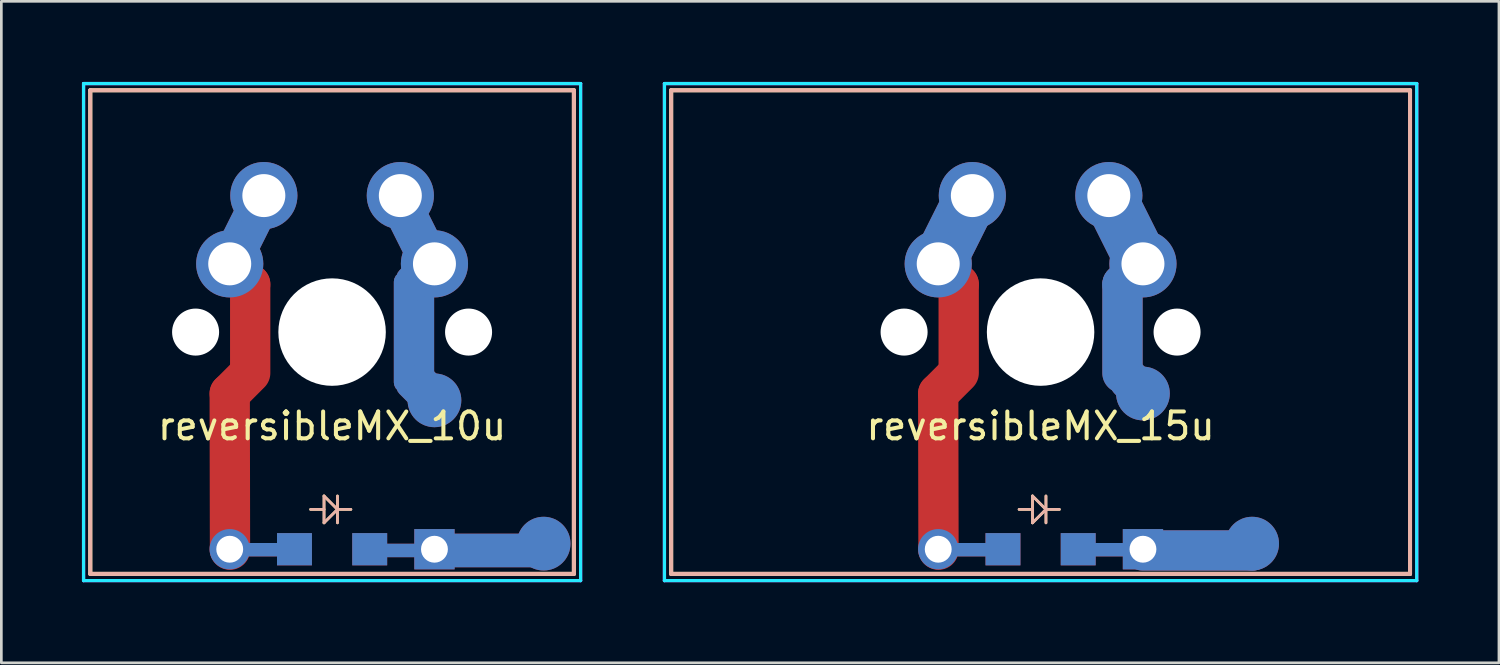
<source format=kicad_pcb>
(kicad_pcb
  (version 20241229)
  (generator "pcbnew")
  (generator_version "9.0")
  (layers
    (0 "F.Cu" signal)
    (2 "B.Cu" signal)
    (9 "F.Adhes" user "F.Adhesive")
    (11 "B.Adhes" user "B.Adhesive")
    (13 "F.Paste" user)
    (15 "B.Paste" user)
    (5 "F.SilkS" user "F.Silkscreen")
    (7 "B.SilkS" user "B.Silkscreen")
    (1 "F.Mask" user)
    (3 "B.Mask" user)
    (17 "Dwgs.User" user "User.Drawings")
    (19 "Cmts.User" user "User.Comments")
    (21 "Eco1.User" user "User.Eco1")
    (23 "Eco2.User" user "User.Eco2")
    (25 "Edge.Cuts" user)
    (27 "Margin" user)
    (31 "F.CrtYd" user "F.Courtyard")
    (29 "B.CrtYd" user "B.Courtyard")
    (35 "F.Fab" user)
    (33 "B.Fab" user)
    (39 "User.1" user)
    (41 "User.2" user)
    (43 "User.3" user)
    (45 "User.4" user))
  (footprint "reversibleMX_10u"
    (layer "F.Cu")
    (at 9.31 9.31)
    (property "Reference" "reversibleMX_10u" (at 0 3.5 0) (layer "F.SilkS") (effects (font (size 1 1) (thickness 0.15))))
    (attr through_hole)
    (fp_line (start -3.81 -2.54) (end -3.048 -1.778) (stroke (width 1.5) (type solid)) (layer "F.Cu"))
    (fp_line (start -3.8 8.1) (end -3.81 2.286) (stroke (width 1.5) (type solid)) (layer "F.Cu"))
    (fp_line (start -3.8 8.1) (end -1.3 8.1) (stroke (width 0.5) (type solid)) (layer "F.Cu"))
    (fp_line (start -3.175 1.651) (end -3.81 2.286) (stroke (width 1.5) (type solid)) (layer "F.Cu"))
    (fp_line (start -3.048 -1.778) (end -3.048 1.524) (stroke (width 1.5) (type solid)) (layer "F.Cu"))
    (fp_line (start -2.54 -5.08) (end -3.81 -2.54) (stroke (width 1.5) (type solid)) (layer "F.Cu"))
    (fp_line (start -3.8 8.1) (end -1.3 8.1) (stroke (width 0.5) (type solid)) (layer "B.Cu"))
    (fp_line (start -2.54 -5.08) (end -3.81 -2.54) (stroke (width 1.5) (type solid)) (layer "B.Cu"))
    (fp_line (start -9 -9) (end 9 -9) (stroke (width 0.15) (type solid)) (layer "F.SilkS"))
    (fp_line (start -9 9) (end -9 -9) (stroke (width 0.15) (type solid)) (layer "F.SilkS"))
    (fp_line (start -0.3 6.1) (end 0.2 6.6) (stroke (width 0.1) (type solid)) (layer "F.SilkS"))
    (fp_line (start -0.3 6.6) (end -0.8 6.6) (stroke (width 0.1) (type solid)) (layer "F.SilkS"))
    (fp_line (start -0.3 7.1) (end -0.3 6.1) (stroke (width 0.1) (type solid)) (layer "F.SilkS"))
    (fp_line (start 0.2 6.1) (end 0.2 7.1) (stroke (width 0.1) (type solid)) (layer "F.SilkS"))
    (fp_line (start 0.2 6.6) (end -0.3 7.1) (stroke (width 0.1) (type solid)) (layer "F.SilkS"))
    (fp_line (start 0.2 6.6) (end 0.7 6.6) (stroke (width 0.1) (type solid)) (layer "F.SilkS"))
    (fp_line (start 9 -9) (end 9 9) (stroke (width 0.15) (type solid)) (layer "F.SilkS"))
    (fp_line (start 9 9) (end -9 9) (stroke (width 0.15) (type solid)) (layer "F.SilkS"))
    (fp_line (start -9 -9) (end 9 -9) (stroke (width 0.15) (type solid)) (layer "B.SilkS"))
    (fp_line (start -9 9) (end -9 -9) (stroke (width 0.15) (type solid)) (layer "B.SilkS"))
    (fp_line (start -0.3 6.1) (end 0.2 6.6) (stroke (width 0.1) (type solid)) (layer "B.SilkS"))
    (fp_line (start -0.3 6.6) (end -0.8 6.6) (stroke (width 0.1) (type solid)) (layer "B.SilkS"))
    (fp_line (start -0.3 7.1) (end -0.3 6.1) (stroke (width 0.1) (type solid)) (layer "B.SilkS"))
    (fp_line (start 0.2 6.1) (end 0.2 7.1) (stroke (width 0.1) (type solid)) (layer "B.SilkS"))
    (fp_line (start 0.2 6.6) (end -0.3 7.1) (stroke (width 0.1) (type solid)) (layer "B.SilkS"))
    (fp_line (start 0.2 6.6) (end 0.7 6.6) (stroke (width 0.1) (type solid)) (layer "B.SilkS"))
    (fp_line (start 9 -9) (end 9 9) (stroke (width 0.15) (type solid)) (layer "B.SilkS"))
    (fp_line (start 9 9) (end -9 9) (stroke (width 0.15) (type solid)) (layer "B.SilkS"))
    (fp_line (start -8 -6) (end -8 -3) (stroke (width 0.15) (type solid)) (layer "Eco1.User"))
    (fp_line (start -8 -6) (end -7 -6) (stroke (width 0.15) (type solid)) (layer "Eco1.User"))
    (fp_line (start -8 -3) (end -7 -3) (stroke (width 0.15) (type solid)) (layer "Eco1.User"))
    (fp_line (start -8 3) (end -7 3) (stroke (width 0.15) (type solid)) (layer "Eco1.User"))
    (fp_line (start -8 6) (end -8 3) (stroke (width 0.15) (type solid)) (layer "Eco1.User"))
    (fp_line (start -8 6) (end -7 6) (stroke (width 0.15) (type solid)) (layer "Eco1.User"))
    (fp_line (start -7 -7) (end -7 -6) (stroke (width 0.15) (type solid)) (layer "Eco1.User"))
    (fp_line (start -7 -7) (end 7 -7) (stroke (width 0.15) (type solid)) (layer "Eco1.User"))
    (fp_line (start -7 -3) (end -7 3) (stroke (width 0.15) (type solid)) (layer "Eco1.User"))
    (fp_line (start -7 7) (end -7 6) (stroke (width 0.15) (type solid)) (layer "Eco1.User"))
    (fp_line (start 7 -7) (end 7 -6) (stroke (width 0.15) (type solid)) (layer "Eco1.User"))
    (fp_line (start 7 -6) (end 8 -6) (stroke (width 0.15) (type solid)) (layer "Eco1.User"))
    (fp_line (start 7 -3) (end 7 3) (stroke (width 0.15) (type solid)) (layer "Eco1.User"))
    (fp_line (start 7 -3) (end 8 -3) (stroke (width 0.15) (type solid)) (layer "Eco1.User"))
    (fp_line (start 7 3) (end 8 3) (stroke (width 0.15) (type solid)) (layer "Eco1.User"))
    (fp_line (start 7 6) (end 8 6) (stroke (width 0.15) (type solid)) (layer "Eco1.User"))
    (fp_line (start 7 7) (end -7 7) (stroke (width 0.15) (type solid)) (layer "Eco1.User"))
    (fp_line (start 7 7) (end 7 6) (stroke (width 0.15) (type solid)) (layer "Eco1.User"))
    (fp_line (start 8 -6) (end 8 -3) (stroke (width 0.15) (type solid)) (layer "Eco1.User"))
    (fp_line (start 8 6) (end 8 3) (stroke (width 0.15) (type solid)) (layer "Eco1.User"))
    (fp_line (start -9.25 -9.25) (end -9.25 9.25) (stroke (width 0.12) (type solid)) (layer "B.CrtYd"))
    (fp_line (start -9.25 9.25) (end 9.25 9.25) (stroke (width 0.12) (type solid)) (layer "B.CrtYd"))
    (fp_line (start 9.25 -9.25) (end -9.25 -9.25) (stroke (width 0.12) (type solid)) (layer "B.CrtYd"))
    (fp_line (start 9.25 9.25) (end 9.25 -9.25) (stroke (width 0.12) (type solid)) (layer "B.CrtYd"))
    (fp_line (start -9.25 -9.25) (end -9.25 9.25) (stroke (width 0.12) (type solid)) (layer "F.CrtYd"))
    (fp_line (start -9.25 9.25) (end 9.25 9.25) (stroke (width 0.12) (type solid)) (layer "F.CrtYd"))
    (fp_line (start 9.25 -9.25) (end -9.25 -9.25) (stroke (width 0.12) (type solid)) (layer "F.CrtYd"))
    (fp_line (start 9.25 9.25) (end 9.25 -9.25) (stroke (width 0.12) (type solid)) (layer "F.CrtYd"))
    (pad "" np_thru_hole circle (at -5.08 0) (size 1.75 1.75) (drill 1.75) (layers "*.Cu"))
    (pad "" thru_hole circle (at -3.81 -2.54) (size 2.5 2.5) (drill 1.6) (layers "*.Cu" "*.Mask"))
    (pad "" thru_hole circle (at -3.81 8.082) (size 1.5 1.5) (drill 1) (layers "*.Cu" "*.Mask"))
    (pad "" thru_hole circle (at -2.54 -5.08) (size 2.5 2.5) (drill 1.6) (layers "*.Cu" "*.Mask"))
    (pad "" smd rect (at -1.4 8.082) (size 1.3 1.2) (layers "*.Cu" "*.Paste" "*.Mask"))
    (pad "" np_thru_hole circle (at 0 0) (size 4 4) (drill 4) (layers "*.Cu"))
    (pad "" smd rect (at 1.4 8.082) (size 1.3 1.2) (layers "*.Cu" "*.Paste" "*.Mask"))
    (pad "" np_thru_hole circle (at 5.08 0) (size 1.75 1.75) (drill 1.75) (layers "*.Cu"))
    (pad "1" thru_hole circle (at 2.54 -5.08) (size 2.5 2.5) (drill 1.6) (layers "*.Cu" "*.Mask"))
    (pad "1" smd roundrect (at 3.048 -3.81 296.6) (size 2.5 1.5) (layers "F.Cu") (roundrect_rratio 0.25))
    (pad "1" smd roundrect (at 3.048 -3.81 296.6) (size 2.5 1.5) (layers "B.Cu") (roundrect_rratio 0.25))
    (pad "1" smd roundrect (at 3.048 0 90) (size 4.5 1.5) (layers "F.Cu") (roundrect_rratio 0.25))
    (pad "1" smd roundrect (at 3.048 0 90) (size 4.5 1.5) (layers "B.Cu") (roundrect_rratio 0.25))
    (pad "1" smd roundrect (at 3.302 -2.032 315) (size 1.5 1.5) (layers "F.Cu") (roundrect_rratio 0.25))
    (pad "1" smd roundrect (at 3.302 -2.032 315) (size 1.5 1.5) (layers "B.Cu") (roundrect_rratio 0.25))
    (pad "1" smd roundrect (at 3.302 2.032 315) (size 1.5 1.5) (layers "F.Cu") (roundrect_rratio 0.25))
    (pad "1" smd roundrect (at 3.302 2.032 315) (size 1.5 1.5) (layers "B.Cu") (roundrect_rratio 0.25))
    (pad "1" thru_hole circle (at 3.81 -2.54) (size 2.5 2.5) (drill 1.6) (layers "*.Cu" "*.Mask"))
    (pad "1" smd circle (at 3.81 2.54) (size 2 2) (layers "F.Cu" "F.Mask" "F.Paste"))
    (pad "1" smd circle (at 3.81 2.54) (size 2 2) (layers "F.Mask" "B.Cu" "F.Paste"))
    (pad "2" smd roundrect (at 2.54 8.128) (size 2 0.5) (layers "F.Cu") (roundrect_rratio 0.25))
    (pad "2" smd roundrect (at 2.54 8.128) (size 2 0.5) (layers "B.Cu") (roundrect_rratio 0.25))
    (pad "2" thru_hole rect (at 3.81 8.082) (size 1.5 1.5) (drill 1) (layers "*.Cu" "*.Mask"))
    (pad "2" smd roundrect (at 5.842 8.128) (size 4 1.25) (layers "F.Cu") (roundrect_rratio 0.25))
    (pad "2" smd roundrect (at 5.842 8.128) (size 4 1.25) (layers "B.Cu") (roundrect_rratio 0.25))
    (pad "2" smd circle (at 7.874 7.874) (size 2 2) (layers "F.Cu" "F.Mask" "F.Paste"))
    (pad "2" smd circle (at 7.874 7.874) (size 2 2) (layers "F.Mask" "B.Cu" "F.Paste")))
  (footprint "reversibleMX_15u"
    (layer "F.Cu")
    (at 35.68 9.31)
    (property "Reference" "reversibleMX_15u" (at 0 3.5 0) (layer "F.SilkS") (effects (font (size 1 1) (thickness 0.15))))
    (attr through_hole)
    (fp_line (start -3.81 -2.54) (end -3.048 -1.778) (stroke (width 1.5) (type solid)) (layer "F.Cu"))
    (fp_line (start -3.8 8.1) (end -3.81 2.286) (stroke (width 1.5) (type solid)) (layer "F.Cu"))
    (fp_line (start -3.8 8.1) (end -1.3 8.1) (stroke (width 0.5) (type solid)) (layer "F.Cu"))
    (fp_line (start -3.175 1.651) (end -3.81 2.286) (stroke (width 1.5) (type solid)) (layer "F.Cu"))
    (fp_line (start -3.048 -1.778) (end -3.048 1.524) (stroke (width 1.5) (type solid)) (layer "F.Cu"))
    (fp_line (start -2.54 -5.08) (end -3.81 -2.54) (stroke (width 2) (type solid)) (layer "F.Cu"))
    (fp_line (start 2.54 -5.08) (end 3.81 -2.54) (stroke (width 2) (type solid)) (layer "F.Cu"))
    (fp_line (start 3.048 1.524) (end 3.048 -1.778) (stroke (width 1.5) (type solid)) (layer "F.Cu"))
    (fp_line (start 3.8 8.1) (end 1.3 8.1) (stroke (width 0.5) (type solid)) (layer "F.Cu"))
    (fp_line (start 3.81 -2.54) (end 3.048 -1.778) (stroke (width 1.5) (type solid)) (layer "F.Cu"))
    (fp_line (start 3.81 2.286) (end 3.302 1.778) (stroke (width 1.5) (type solid)) (layer "F.Cu"))
    (fp_line (start 3.81 8.128) (end 7.874 8.128) (stroke (width 1.5) (type solid)) (layer "F.Cu"))
    (fp_line (start -3.8 8.1) (end -1.3 8.1) (stroke (width 0.5) (type solid)) (layer "B.Cu"))
    (fp_line (start -2.54 -5.08) (end -3.81 -2.54) (stroke (width 2) (type solid)) (layer "B.Cu"))
    (fp_line (start 2.54 -5.08) (end 3.81 -2.54) (stroke (width 2) (type solid)) (layer "B.Cu"))
    (fp_line (start 3.048 1.524) (end 3.048 -1.778) (stroke (width 1.5) (type solid)) (layer "B.Cu"))
    (fp_line (start 3.8 8.1) (end 1.3 8.1) (stroke (width 0.5) (type solid)) (layer "B.Cu"))
    (fp_line (start 3.81 -2.54) (end 3.048 -1.778) (stroke (width 1.5) (type solid)) (layer "B.Cu"))
    (fp_line (start 3.81 2.286) (end 3.302 1.778) (stroke (width 1.5) (type solid)) (layer "B.Cu"))
    (fp_line (start 3.81 8.128) (end 7.874 8.128) (stroke (width 1.5) (type solid)) (layer "B.Cu"))
    (fp_line (start -13.75 -9) (end 13.75 -9) (stroke (width 0.15) (type solid)) (layer "F.SilkS"))
    (fp_line (start -13.75 9) (end -13.75 -9) (stroke (width 0.15) (type solid)) (layer "F.SilkS"))
    (fp_line (start -0.3 6.1) (end 0.2 6.6) (stroke (width 0.1) (type solid)) (layer "F.SilkS"))
    (fp_line (start -0.3 6.6) (end -0.8 6.6) (stroke (width 0.1) (type solid)) (layer "F.SilkS"))
    (fp_line (start -0.3 7.1) (end -0.3 6.1) (stroke (width 0.1) (type solid)) (layer "F.SilkS"))
    (fp_line (start 0.2 6.1) (end 0.2 7.1) (stroke (width 0.1) (type solid)) (layer "F.SilkS"))
    (fp_line (start 0.2 6.6) (end -0.3 7.1) (stroke (width 0.1) (type solid)) (layer "F.SilkS"))
    (fp_line (start 0.2 6.6) (end 0.7 6.6) (stroke (width 0.1) (type solid)) (layer "F.SilkS"))
    (fp_line (start 13.75 -9) (end 13.75 9) (stroke (width 0.15) (type solid)) (layer "F.SilkS"))
    (fp_line (start 13.75 9) (end -13.75 9) (stroke (width 0.15) (type solid)) (layer "F.SilkS"))
    (fp_line (start -13.75 -9) (end 13.75 -9) (stroke (width 0.15) (type solid)) (layer "B.SilkS"))
    (fp_line (start -13.75 9) (end -13.75 -9) (stroke (width 0.15) (type solid)) (layer "B.SilkS"))
    (fp_line (start -0.3 6.1) (end 0.2 6.6) (stroke (width 0.1) (type solid)) (layer "B.SilkS"))
    (fp_line (start -0.3 6.6) (end -0.8 6.6) (stroke (width 0.1) (type solid)) (layer "B.SilkS"))
    (fp_line (start -0.3 7.1) (end -0.3 6.1) (stroke (width 0.1) (type solid)) (layer "B.SilkS"))
    (fp_line (start 0.2 6.1) (end 0.2 7.1) (stroke (width 0.1) (type solid)) (layer "B.SilkS"))
    (fp_line (start 0.2 6.6) (end -0.3 7.1) (stroke (width 0.1) (type solid)) (layer "B.SilkS"))
    (fp_line (start 0.2 6.6) (end 0.7 6.6) (stroke (width 0.1) (type solid)) (layer "B.SilkS"))
    (fp_line (start 13.75 -9) (end 13.75 9) (stroke (width 0.15) (type solid)) (layer "B.SilkS"))
    (fp_line (start 13.75 9) (end -13.75 9) (stroke (width 0.15) (type solid)) (layer "B.SilkS"))
    (fp_line (start -8 -6) (end -8 -3) (stroke (width 0.15) (type solid)) (layer "Eco1.User"))
    (fp_line (start -8 -6) (end -7 -6) (stroke (width 0.15) (type solid)) (layer "Eco1.User"))
    (fp_line (start -8 -3) (end -7 -3) (stroke (width 0.15) (type solid)) (layer "Eco1.User"))
    (fp_line (start -8 3) (end -7 3) (stroke (width 0.15) (type solid)) (layer "Eco1.User"))
    (fp_line (start -8 6) (end -8 3) (stroke (width 0.15) (type solid)) (layer "Eco1.User"))
    (fp_line (start -8 6) (end -7 6) (stroke (width 0.15) (type solid)) (layer "Eco1.User"))
    (fp_line (start -7 -7) (end -7 -6) (stroke (width 0.15) (type solid)) (layer "Eco1.User"))
    (fp_line (start -7 -7) (end 7 -7) (stroke (width 0.15) (type solid)) (layer "Eco1.User"))
    (fp_line (start -7 -3) (end -7 3) (stroke (width 0.15) (type solid)) (layer "Eco1.User"))
    (fp_line (start -7 7) (end -7 6) (stroke (width 0.15) (type solid)) (layer "Eco1.User"))
    (fp_line (start 7 -7) (end 7 -6) (stroke (width 0.15) (type solid)) (layer "Eco1.User"))
    (fp_line (start 7 -6) (end 8 -6) (stroke (width 0.15) (type solid)) (layer "Eco1.User"))
    (fp_line (start 7 -3) (end 7 3) (stroke (width 0.15) (type solid)) (layer "Eco1.User"))
    (fp_line (start 7 -3) (end 8 -3) (stroke (width 0.15) (type solid)) (layer "Eco1.User"))
    (fp_line (start 7 3) (end 8 3) (stroke (width 0.15) (type solid)) (layer "Eco1.User"))
    (fp_line (start 7 6) (end 8 6) (stroke (width 0.15) (type solid)) (layer "Eco1.User"))
    (fp_line (start 7 7) (end -7 7) (stroke (width 0.15) (type solid)) (layer "Eco1.User"))
    (fp_line (start 7 7) (end 7 6) (stroke (width 0.15) (type solid)) (layer "Eco1.User"))
    (fp_line (start 8 -6) (end 8 -3) (stroke (width 0.15) (type solid)) (layer "Eco1.User"))
    (fp_line (start 8 6) (end 8 3) (stroke (width 0.15) (type solid)) (layer "Eco1.User"))
    (fp_line (start -14 -9.25) (end -14 9.25) (stroke (width 0.12) (type solid)) (layer "B.CrtYd"))
    (fp_line (start -14 9.25) (end 14 9.25) (stroke (width 0.12) (type solid)) (layer "B.CrtYd"))
    (fp_line (start 14 -9.25) (end -14 -9.25) (stroke (width 0.12) (type solid)) (layer "B.CrtYd"))
    (fp_line (start 14 9.25) (end 14 -9.25) (stroke (width 0.12) (type solid)) (layer "B.CrtYd"))
    (fp_line (start -14 -9.25) (end -14 9.25) (stroke (width 0.12) (type solid)) (layer "F.CrtYd"))
    (fp_line (start -14 9.25) (end 14 9.25) (stroke (width 0.12) (type solid)) (layer "F.CrtYd"))
    (fp_line (start 14 -9.25) (end -14 -9.25) (stroke (width 0.12) (type solid)) (layer "F.CrtYd"))
    (fp_line (start 14 9.25) (end 14 -9.25) (stroke (width 0.12) (type solid)) (layer "F.CrtYd"))
    (pad "" np_thru_hole circle (at -5.08 0) (size 1.75 1.75) (drill 1.75) (layers "*.Cu"))
    (pad "" thru_hole circle (at -3.81 -2.54) (size 2.5 2.5) (drill 1.6) (layers "*.Cu" "*.Mask"))
    (pad "" thru_hole circle (at -3.81 8.082) (size 1.5 1.5) (drill 1) (layers "*.Cu" "*.Mask"))
    (pad "" thru_hole circle (at -2.54 -5.08) (size 2.5 2.5) (drill 1.6) (layers "*.Cu" "*.Mask"))
    (pad "" smd rect (at -1.4 8.082) (size 1.3 1.2) (layers "*.Cu" "*.Paste" "*.Mask"))
    (pad "" np_thru_hole circle (at 0 0) (size 4 4) (drill 4) (layers "*.Cu"))
    (pad "" smd rect (at 1.4 8.082) (size 1.3 1.2) (layers "*.Cu" "*.Paste" "*.Mask"))
    (pad "" np_thru_hole circle (at 5.08 0) (size 1.75 1.75) (drill 1.75) (layers "*.Cu"))
    (pad "1" thru_hole circle (at 2.54 -5.08) (size 2.5 2.5) (drill 1.6) (layers "*.Cu" "*.Mask"))
    (pad "1" thru_hole circle (at 3.81 -2.54) (size 2.5 2.5) (drill 1.6) (layers "*.Cu" "*.Mask"))
    (pad "1" smd circle (at 3.81 2.286) (size 2 2) (layers "F.Cu" "F.Mask" "F.Paste"))
    (pad "1" smd circle (at 3.81 2.286) (size 2 2) (layers "F.Mask" "B.Cu" "F.Paste"))
    (pad "2" thru_hole rect (at 3.81 8.082) (size 1.5 1.5) (drill 1) (layers "*.Cu" "*.Mask"))
    (pad "2" smd circle (at 7.874 7.874) (size 2 2) (layers "F.Cu" "F.Mask" "F.Paste"))
    (pad "2" smd circle (at 7.874 7.874) (size 2 2) (layers "F.Mask" "B.Cu" "F.Paste")))
  (gr_rect
    (start -3 -3)
    (end 52.74 21.62)
    (stroke (width 0.1) (type default))
    (fill no)
    (layer "Edge.Cuts")))
</source>
